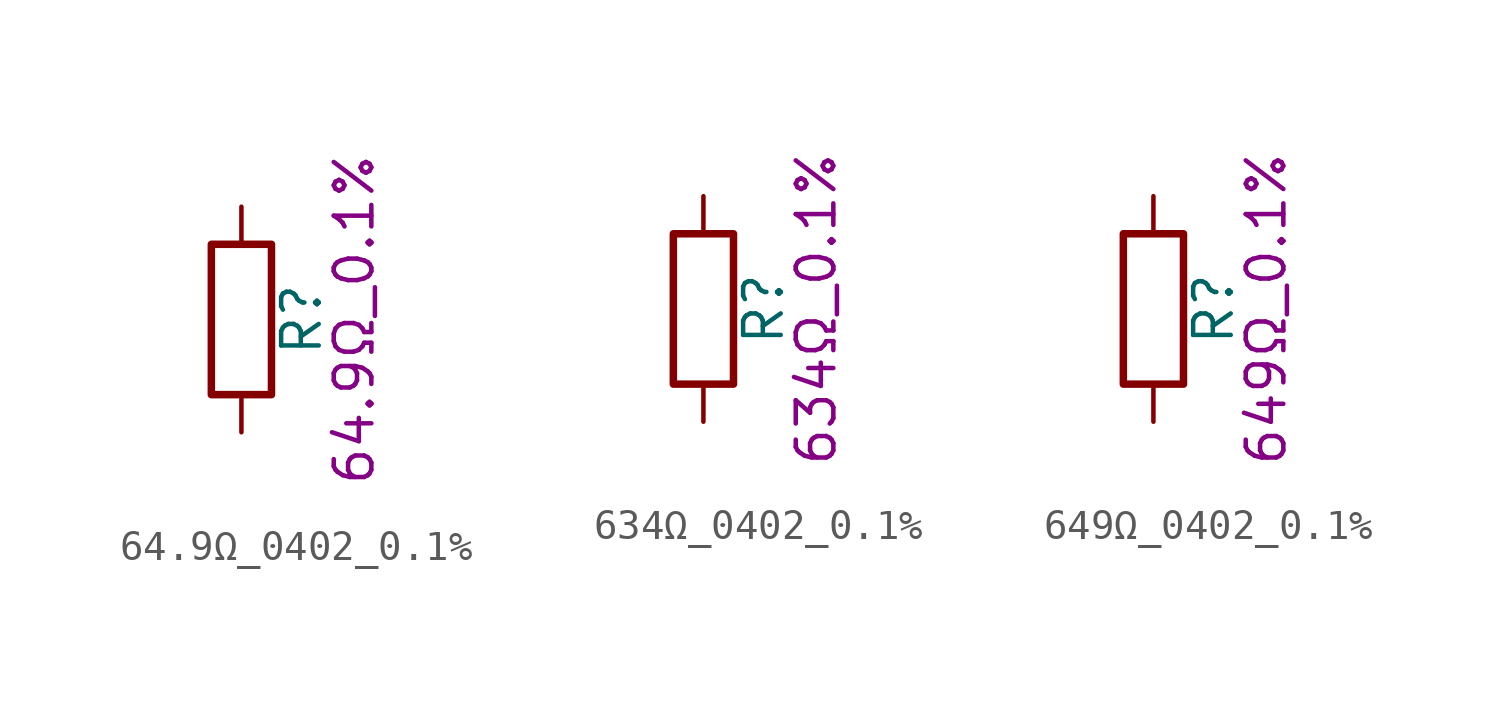
<source format=kicad_sym>
(kicad_symbol_lib
  (version 20211014)
  (generator kicad_symbol_editor)
  (symbol "64.9Ω_0402_0.1%"
    (pin_numbers hide)
    (pin_names
      (offset 0))
    (property "Reference" "R"
      (at 2.032 0 90)
      (effects (font (size 1.27 1.27))))
    (property "Display" "64.9Ω_0.1%"
      (at 3.81 0 90)
      (effects (font (size 1.27 1.27))))
    (symbol "64.9Ω_0402_0.1%_0_1"
      (rectangle (start -1.016 -2.54) (end 1.016 2.54) (stroke (width 0.254) (type default) (color 0 0 0 0)) (fill (type none))))
    (symbol "64.9Ω_0402_0.1%_1_1"
      (pin passive line (at 0 3.81 270) (length 1.27) (name "~" (effects (font (size 1.27 1.27)))) (number "1" (effects (font (size 1.27 1.27)))))
      (pin passive line (at 0 -3.81 90) (length 1.27) (name "~" (effects (font (size 1.27 1.27)))) (number "2" (effects (font (size 1.27 1.27)))))))
  (symbol "634Ω_0402_0.1%"
    (pin_numbers hide)
    (pin_names
      (offset 0))
    (property "Reference" "R"
      (at 2.032 0 90)
      (effects (font (size 1.27 1.27))))
    (property "Display" "634Ω_0.1%"
      (at 3.81 0 90)
      (effects (font (size 1.27 1.27))))
    (symbol "634Ω_0402_0.1%_0_1"
      (rectangle (start -1.016 -2.54) (end 1.016 2.54) (stroke (width 0.254) (type default) (color 0 0 0 0)) (fill (type none))))
    (symbol "634Ω_0402_0.1%_1_1"
      (pin passive line (at 0 3.81 270) (length 1.27) (name "~" (effects (font (size 1.27 1.27)))) (number "1" (effects (font (size 1.27 1.27)))))
      (pin passive line (at 0 -3.81 90) (length 1.27) (name "~" (effects (font (size 1.27 1.27)))) (number "2" (effects (font (size 1.27 1.27)))))))
  (symbol "649Ω_0402_0.1%"
    (pin_numbers hide)
    (pin_names
      (offset 0))
    (property "Reference" "R"
      (at 2.032 0 90)
      (effects (font (size 1.27 1.27))))
    (property "Display" "649Ω_0.1%"
      (at 3.81 0 90)
      (effects (font (size 1.27 1.27))))
    (symbol "649Ω_0402_0.1%_0_1"
      (rectangle (start -1.016 -2.54) (end 1.016 2.54) (stroke (width 0.254) (type default) (color 0 0 0 0)) (fill (type none))))
    (symbol "649Ω_0402_0.1%_1_1"
      (pin passive line (at 0 3.81 270) (length 1.27) (name "~" (effects (font (size 1.27 1.27)))) (number "1" (effects (font (size 1.27 1.27)))))
      (pin passive line (at 0 -3.81 90) (length 1.27) (name "~" (effects (font (size 1.27 1.27)))) (number "2" (effects (font (size 1.27 1.27))))))))
</source>
